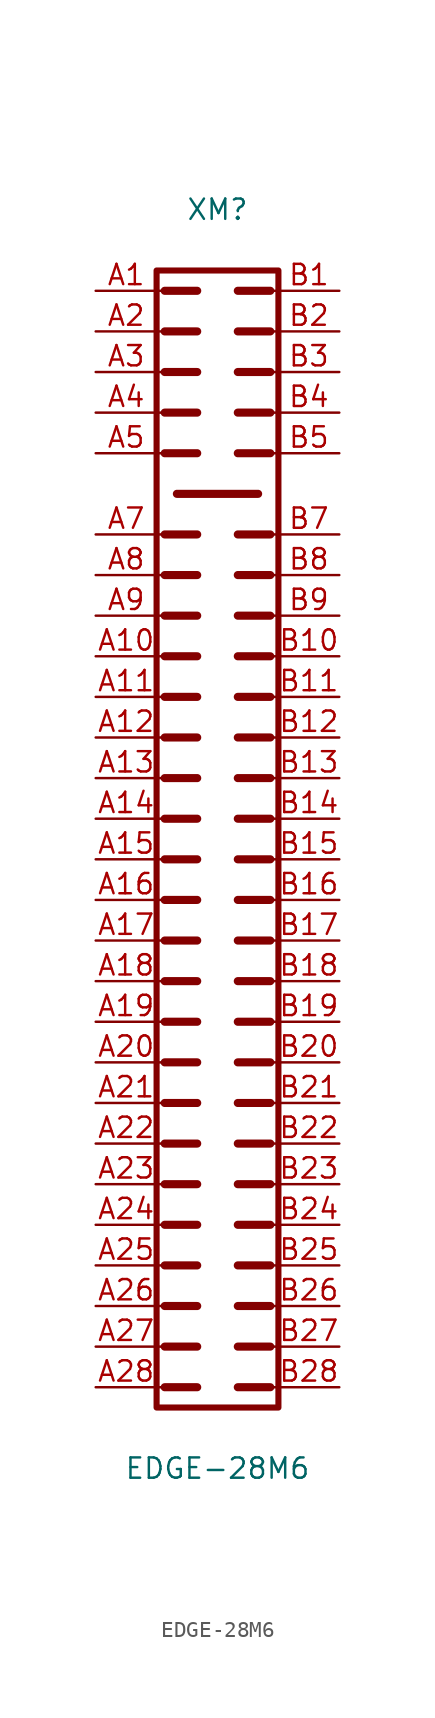
<source format=kicad_sym>
(kicad_symbol_lib
  (version 20231120)
  (generator "kicad_symbol_editor")
  (generator_version "8.0")
  (symbol "EDGE-28M6"
    (pin_names
      (offset 1.016))
    (property "Reference" "XM"
      (at 0 39.37 0)
      (effects (font (size 1.27 1.27))))
    (property "Value" "EDGE-28M6"
      (at 0 -39.37 0)
      (effects (font (size 1.27 1.27))))
    (symbol "EDGE-28M6_0_0"
      (polyline (pts (xy -2.54 21.59) (xy 2.54 21.59)) (stroke (width 0.508) (type default)) (fill (type none))))
    (symbol "EDGE-28M6_0_1"
      (rectangle (start -3.81 35.56) (end 3.81 -35.56) (stroke (width 0.381) (type default)) (fill (type none)))
      (polyline (pts (xy -3.81 -34.29) (xy -3.302 -34.29)) (stroke (width 0) (type default)) (fill (type none)))
      (polyline (pts (xy -3.81 -31.75) (xy -3.302 -31.75)) (stroke (width 0) (type default)) (fill (type none)))
      (polyline (pts (xy -3.81 -29.21) (xy -3.302 -29.21)) (stroke (width 0) (type default)) (fill (type none)))
      (polyline (pts (xy -3.81 -26.67) (xy -3.302 -26.67)) (stroke (width 0) (type default)) (fill (type none)))
      (polyline (pts (xy -3.81 -24.13) (xy -3.302 -24.13)) (stroke (width 0) (type default)) (fill (type none)))
      (polyline (pts (xy -3.81 -21.59) (xy -3.302 -21.59)) (stroke (width 0) (type default)) (fill (type none)))
      (polyline (pts (xy -3.81 -19.05) (xy -3.302 -19.05)) (stroke (width 0) (type default)) (fill (type none)))
      (polyline (pts (xy -3.81 -16.51) (xy -3.302 -16.51)) (stroke (width 0) (type default)) (fill (type none)))
      (polyline (pts (xy -3.81 -13.97) (xy -3.302 -13.97)) (stroke (width 0) (type default)) (fill (type none)))
      (polyline (pts (xy -3.81 -11.43) (xy -3.302 -11.43)) (stroke (width 0) (type default)) (fill (type none)))
      (polyline (pts (xy -3.81 -8.89) (xy -3.302 -8.89)) (stroke (width 0) (type default)) (fill (type none)))
      (polyline (pts (xy -3.81 -6.35) (xy -3.302 -6.35)) (stroke (width 0) (type default)) (fill (type none)))
      (polyline (pts (xy -3.81 -3.81) (xy -3.302 -3.81)) (stroke (width 0) (type default)) (fill (type none)))
      (polyline (pts (xy -3.81 -1.27) (xy -3.302 -1.27)) (stroke (width 0) (type default)) (fill (type none)))
      (polyline (pts (xy -3.81 1.27) (xy -3.302 1.27)) (stroke (width 0) (type default)) (fill (type none)))
      (polyline (pts (xy -3.81 3.81) (xy -3.302 3.81)) (stroke (width 0) (type default)) (fill (type none)))
      (polyline (pts (xy -3.81 6.35) (xy -3.302 6.35)) (stroke (width 0) (type default)) (fill (type none)))
      (polyline (pts (xy -3.81 8.89) (xy -3.302 8.89)) (stroke (width 0) (type default)) (fill (type none)))
      (polyline (pts (xy -3.81 11.43) (xy -3.302 11.43)) (stroke (width 0) (type default)) (fill (type none)))
      (polyline (pts (xy -3.81 13.97) (xy -3.302 13.97)) (stroke (width 0) (type default)) (fill (type none)))
      (polyline (pts (xy -3.81 16.51) (xy -3.302 16.51)) (stroke (width 0) (type default)) (fill (type none)))
      (polyline (pts (xy -3.81 19.05) (xy -3.302 19.05)) (stroke (width 0) (type default)) (fill (type none)))
      (polyline (pts (xy -3.81 24.13) (xy -3.302 24.13)) (stroke (width 0) (type default)) (fill (type none)))
      (polyline (pts (xy -3.81 26.67) (xy -3.302 26.67)) (stroke (width 0) (type default)) (fill (type none)))
      (polyline (pts (xy -3.81 29.21) (xy -3.302 29.21)) (stroke (width 0) (type default)) (fill (type none)))
      (polyline (pts (xy -3.81 31.75) (xy -3.302 31.75)) (stroke (width 0) (type default)) (fill (type none)))
      (polyline (pts (xy -3.81 34.29) (xy -3.302 34.29)) (stroke (width 0) (type default)) (fill (type none)))
      (polyline (pts (xy -3.302 -34.29) (xy -1.27 -34.29)) (stroke (width 0.508) (type default)) (fill (type none)))
      (polyline (pts (xy -3.302 -31.75) (xy -1.27 -31.75)) (stroke (width 0.508) (type default)) (fill (type none)))
      (polyline (pts (xy -3.302 -29.21) (xy -1.27 -29.21)) (stroke (width 0.508) (type default)) (fill (type none)))
      (polyline (pts (xy -3.302 -26.67) (xy -1.27 -26.67)) (stroke (width 0.508) (type default)) (fill (type none)))
      (polyline (pts (xy -3.302 -24.13) (xy -1.27 -24.13)) (stroke (width 0.508) (type default)) (fill (type none)))
      (polyline (pts (xy -3.302 -21.59) (xy -1.27 -21.59)) (stroke (width 0.508) (type default)) (fill (type none)))
      (polyline (pts (xy -3.302 -19.05) (xy -1.27 -19.05)) (stroke (width 0.508) (type default)) (fill (type none)))
      (polyline (pts (xy -3.302 -16.51) (xy -1.27 -16.51)) (stroke (width 0.508) (type default)) (fill (type none)))
      (polyline (pts (xy -3.302 -13.97) (xy -1.27 -13.97)) (stroke (width 0.508) (type default)) (fill (type none)))
      (polyline (pts (xy -3.302 -11.43) (xy -1.27 -11.43)) (stroke (width 0.508) (type default)) (fill (type none)))
      (polyline (pts (xy -3.302 -8.89) (xy -1.27 -8.89)) (stroke (width 0.508) (type default)) (fill (type none)))
      (polyline (pts (xy -3.302 -6.35) (xy -1.27 -6.35)) (stroke (width 0.508) (type default)) (fill (type none)))
      (polyline (pts (xy -3.302 -3.81) (xy -1.27 -3.81)) (stroke (width 0.508) (type default)) (fill (type none)))
      (polyline (pts (xy -3.302 -1.27) (xy -1.27 -1.27)) (stroke (width 0.508) (type default)) (fill (type none)))
      (polyline (pts (xy -3.302 1.27) (xy -1.27 1.27)) (stroke (width 0.508) (type default)) (fill (type none)))
      (polyline (pts (xy -3.302 3.81) (xy -1.27 3.81)) (stroke (width 0.508) (type default)) (fill (type none)))
      (polyline (pts (xy -3.302 6.35) (xy -1.27 6.35)) (stroke (width 0.508) (type default)) (fill (type none)))
      (polyline (pts (xy -3.302 8.89) (xy -1.27 8.89)) (stroke (width 0.508) (type default)) (fill (type none)))
      (polyline (pts (xy -3.302 11.43) (xy -1.27 11.43)) (stroke (width 0.508) (type default)) (fill (type none)))
      (polyline (pts (xy -3.302 13.97) (xy -1.27 13.97)) (stroke (width 0.508) (type default)) (fill (type none)))
      (polyline (pts (xy -3.302 16.51) (xy -1.27 16.51)) (stroke (width 0.508) (type default)) (fill (type none)))
      (polyline (pts (xy -3.302 19.05) (xy -1.27 19.05)) (stroke (width 0.508) (type default)) (fill (type none)))
      (polyline (pts (xy -3.302 24.13) (xy -1.27 24.13)) (stroke (width 0.508) (type default)) (fill (type none)))
      (polyline (pts (xy -3.302 26.67) (xy -1.27 26.67)) (stroke (width 0.508) (type default)) (fill (type none)))
      (polyline (pts (xy -3.302 29.21) (xy -1.27 29.21)) (stroke (width 0.508) (type default)) (fill (type none)))
      (polyline (pts (xy -3.302 31.75) (xy -1.27 31.75)) (stroke (width 0.508) (type default)) (fill (type none)))
      (polyline (pts (xy -3.302 34.29) (xy -1.27 34.29)) (stroke (width 0.508) (type default)) (fill (type none)))
      (polyline (pts (xy 3.302 -34.29) (xy 1.27 -34.29)) (stroke (width 0.508) (type default)) (fill (type none)))
      (polyline (pts (xy 3.302 -31.75) (xy 1.27 -31.75)) (stroke (width 0.508) (type default)) (fill (type none)))
      (polyline (pts (xy 3.302 -29.21) (xy 1.27 -29.21)) (stroke (width 0.508) (type default)) (fill (type none)))
      (polyline (pts (xy 3.302 -26.67) (xy 1.27 -26.67)) (stroke (width 0.508) (type default)) (fill (type none)))
      (polyline (pts (xy 3.302 -24.13) (xy 1.27 -24.13)) (stroke (width 0.508) (type default)) (fill (type none)))
      (polyline (pts (xy 3.302 -21.59) (xy 1.27 -21.59)) (stroke (width 0.508) (type default)) (fill (type none)))
      (polyline (pts (xy 3.302 -19.05) (xy 1.27 -19.05)) (stroke (width 0.508) (type default)) (fill (type none)))
      (polyline (pts (xy 3.302 -16.51) (xy 1.27 -16.51)) (stroke (width 0.508) (type default)) (fill (type none)))
      (polyline (pts (xy 3.302 -13.97) (xy 1.27 -13.97)) (stroke (width 0.508) (type default)) (fill (type none)))
      (polyline (pts (xy 3.302 -11.43) (xy 1.27 -11.43)) (stroke (width 0.508) (type default)) (fill (type none)))
      (polyline (pts (xy 3.302 -8.89) (xy 1.27 -8.89)) (stroke (width 0.508) (type default)) (fill (type none)))
      (polyline (pts (xy 3.302 -6.35) (xy 1.27 -6.35)) (stroke (width 0.508) (type default)) (fill (type none)))
      (polyline (pts (xy 3.302 -3.81) (xy 1.27 -3.81)) (stroke (width 0.508) (type default)) (fill (type none)))
      (polyline (pts (xy 3.302 -1.27) (xy 1.27 -1.27)) (stroke (width 0.508) (type default)) (fill (type none)))
      (polyline (pts (xy 3.302 1.27) (xy 1.27 1.27)) (stroke (width 0.508) (type default)) (fill (type none)))
      (polyline (pts (xy 3.302 3.81) (xy 1.27 3.81)) (stroke (width 0.508) (type default)) (fill (type none)))
      (polyline (pts (xy 3.302 6.35) (xy 1.27 6.35)) (stroke (width 0.508) (type default)) (fill (type none)))
      (polyline (pts (xy 3.302 8.89) (xy 1.27 8.89)) (stroke (width 0.508) (type default)) (fill (type none)))
      (polyline (pts (xy 3.302 11.43) (xy 1.27 11.43)) (stroke (width 0.508) (type default)) (fill (type none)))
      (polyline (pts (xy 3.302 13.97) (xy 1.27 13.97)) (stroke (width 0.508) (type default)) (fill (type none)))
      (polyline (pts (xy 3.302 16.51) (xy 1.27 16.51)) (stroke (width 0.508) (type default)) (fill (type none)))
      (polyline (pts (xy 3.302 19.05) (xy 1.27 19.05)) (stroke (width 0.508) (type default)) (fill (type none)))
      (polyline (pts (xy 3.302 24.13) (xy 1.27 24.13)) (stroke (width 0.508) (type default)) (fill (type none)))
      (polyline (pts (xy 3.302 26.67) (xy 1.27 26.67)) (stroke (width 0.508) (type default)) (fill (type none)))
      (polyline (pts (xy 3.302 29.21) (xy 1.27 29.21)) (stroke (width 0.508) (type default)) (fill (type none)))
      (polyline (pts (xy 3.302 31.75) (xy 1.27 31.75)) (stroke (width 0.508) (type default)) (fill (type none)))
      (polyline (pts (xy 3.302 34.29) (xy 1.27 34.29)) (stroke (width 0.508) (type default)) (fill (type none)))
      (polyline (pts (xy 3.81 -34.29) (xy 3.302 -34.29)) (stroke (width 0) (type default)) (fill (type none)))
      (polyline (pts (xy 3.81 -31.75) (xy 3.302 -31.75)) (stroke (width 0) (type default)) (fill (type none)))
      (polyline (pts (xy 3.81 -29.21) (xy 3.302 -29.21)) (stroke (width 0) (type default)) (fill (type none)))
      (polyline (pts (xy 3.81 -26.67) (xy 3.302 -26.67)) (stroke (width 0) (type default)) (fill (type none)))
      (polyline (pts (xy 3.81 -24.13) (xy 3.302 -24.13)) (stroke (width 0) (type default)) (fill (type none)))
      (polyline (pts (xy 3.81 -21.59) (xy 3.302 -21.59)) (stroke (width 0) (type default)) (fill (type none)))
      (polyline (pts (xy 3.81 -19.05) (xy 3.302 -19.05)) (stroke (width 0) (type default)) (fill (type none)))
      (polyline (pts (xy 3.81 -16.51) (xy 3.302 -16.51)) (stroke (width 0) (type default)) (fill (type none)))
      (polyline (pts (xy 3.81 -13.97) (xy 3.302 -13.97)) (stroke (width 0) (type default)) (fill (type none)))
      (polyline (pts (xy 3.81 -11.43) (xy 3.302 -11.43)) (stroke (width 0) (type default)) (fill (type none)))
      (polyline (pts (xy 3.81 -8.89) (xy 3.302 -8.89)) (stroke (width 0) (type default)) (fill (type none)))
      (polyline (pts (xy 3.81 -6.35) (xy 3.302 -6.35)) (stroke (width 0) (type default)) (fill (type none)))
      (polyline (pts (xy 3.81 -3.81) (xy 3.302 -3.81)) (stroke (width 0) (type default)) (fill (type none)))
      (polyline (pts (xy 3.81 -1.27) (xy 3.302 -1.27)) (stroke (width 0) (type default)) (fill (type none)))
      (polyline (pts (xy 3.81 1.27) (xy 3.302 1.27)) (stroke (width 0) (type default)) (fill (type none)))
      (polyline (pts (xy 3.81 3.81) (xy 3.302 3.81)) (stroke (width 0) (type default)) (fill (type none)))
      (polyline (pts (xy 3.81 6.35) (xy 3.302 6.35)) (stroke (width 0) (type default)) (fill (type none)))
      (polyline (pts (xy 3.81 8.89) (xy 3.302 8.89)) (stroke (width 0) (type default)) (fill (type none)))
      (polyline (pts (xy 3.81 11.43) (xy 3.302 11.43)) (stroke (width 0) (type default)) (fill (type none)))
      (polyline (pts (xy 3.81 13.97) (xy 3.302 13.97)) (stroke (width 0) (type default)) (fill (type none)))
      (polyline (pts (xy 3.81 16.51) (xy 3.302 16.51)) (stroke (width 0) (type default)) (fill (type none)))
      (polyline (pts (xy 3.81 19.05) (xy 3.302 19.05)) (stroke (width 0) (type default)) (fill (type none)))
      (polyline (pts (xy 3.81 24.13) (xy 3.302 24.13)) (stroke (width 0) (type default)) (fill (type none)))
      (polyline (pts (xy 3.81 26.67) (xy 3.302 26.67)) (stroke (width 0) (type default)) (fill (type none)))
      (polyline (pts (xy 3.81 29.21) (xy 3.302 29.21)) (stroke (width 0) (type default)) (fill (type none)))
      (polyline (pts (xy 3.81 31.75) (xy 3.302 31.75)) (stroke (width 0) (type default)) (fill (type none)))
      (polyline (pts (xy 3.81 34.29) (xy 3.302 34.29)) (stroke (width 0) (type default)) (fill (type none))))
    (symbol "EDGE-28M6_1_1"
      (pin passive line (at -7.62 34.29 0) (length 3.81) (name "~" (effects (font (size 1.27 1.27)))) (number "A1" (effects (font (size 1.27 1.27)))))
      (pin passive line (at -7.62 11.43 0) (length 3.81) (name "~" (effects (font (size 1.27 1.27)))) (number "A10" (effects (font (size 1.27 1.27)))))
      (pin passive line (at -7.62 8.89 0) (length 3.81) (name "~" (effects (font (size 1.27 1.27)))) (number "A11" (effects (font (size 1.27 1.27)))))
      (pin passive line (at -7.62 6.35 0) (length 3.81) (name "~" (effects (font (size 1.27 1.27)))) (number "A12" (effects (font (size 1.27 1.27)))))
      (pin passive line (at -7.62 3.81 0) (length 3.81) (name "~" (effects (font (size 1.27 1.27)))) (number "A13" (effects (font (size 1.27 1.27)))))
      (pin passive line (at -7.62 1.27 0) (length 3.81) (name "~" (effects (font (size 1.27 1.27)))) (number "A14" (effects (font (size 1.27 1.27)))))
      (pin passive line (at -7.62 -1.27 0) (length 3.81) (name "~" (effects (font (size 1.27 1.27)))) (number "A15" (effects (font (size 1.27 1.27)))))
      (pin passive line (at -7.62 -3.81 0) (length 3.81) (name "~" (effects (font (size 1.27 1.27)))) (number "A16" (effects (font (size 1.27 1.27)))))
      (pin passive line (at -7.62 -6.35 0) (length 3.81) (name "~" (effects (font (size 1.27 1.27)))) (number "A17" (effects (font (size 1.27 1.27)))))
      (pin passive line (at -7.62 -8.89 0) (length 3.81) (name "~" (effects (font (size 1.27 1.27)))) (number "A18" (effects (font (size 1.27 1.27)))))
      (pin passive line (at -7.62 -11.43 0) (length 3.81) (name "~" (effects (font (size 1.27 1.27)))) (number "A19" (effects (font (size 1.27 1.27)))))
      (pin passive line (at -7.62 31.75 0) (length 3.81) (name "~" (effects (font (size 1.27 1.27)))) (number "A2" (effects (font (size 1.27 1.27)))))
      (pin passive line (at -7.62 -13.97 0) (length 3.81) (name "~" (effects (font (size 1.27 1.27)))) (number "A20" (effects (font (size 1.27 1.27)))))
      (pin passive line (at -7.62 -16.51 0) (length 3.81) (name "~" (effects (font (size 1.27 1.27)))) (number "A21" (effects (font (size 1.27 1.27)))))
      (pin passive line (at -7.62 -19.05 0) (length 3.81) (name "~" (effects (font (size 1.27 1.27)))) (number "A22" (effects (font (size 1.27 1.27)))))
      (pin passive line (at -7.62 -21.59 0) (length 3.81) (name "~" (effects (font (size 1.27 1.27)))) (number "A23" (effects (font (size 1.27 1.27)))))
      (pin passive line (at -7.62 -24.13 0) (length 3.81) (name "~" (effects (font (size 1.27 1.27)))) (number "A24" (effects (font (size 1.27 1.27)))))
      (pin passive line (at -7.62 -26.67 0) (length 3.81) (name "~" (effects (font (size 1.27 1.27)))) (number "A25" (effects (font (size 1.27 1.27)))))
      (pin passive line (at -7.62 -29.21 0) (length 3.81) (name "~" (effects (font (size 1.27 1.27)))) (number "A26" (effects (font (size 1.27 1.27)))))
      (pin passive line (at -7.62 -31.75 0) (length 3.81) (name "~" (effects (font (size 1.27 1.27)))) (number "A27" (effects (font (size 1.27 1.27)))))
      (pin passive line (at -7.62 -34.29 0) (length 3.81) (name "~" (effects (font (size 1.27 1.27)))) (number "A28" (effects (font (size 1.27 1.27)))))
      (pin passive line (at -7.62 29.21 0) (length 3.81) (name "~" (effects (font (size 1.27 1.27)))) (number "A3" (effects (font (size 1.27 1.27)))))
      (pin passive line (at -7.62 26.67 0) (length 3.81) (name "~" (effects (font (size 1.27 1.27)))) (number "A4" (effects (font (size 1.27 1.27)))))
      (pin passive line (at -7.62 24.13 0) (length 3.81) (name "~" (effects (font (size 1.27 1.27)))) (number "A5" (effects (font (size 1.27 1.27)))))
      (pin passive line (at -7.62 19.05 0) (length 3.81) (name "~" (effects (font (size 1.27 1.27)))) (number "A7" (effects (font (size 1.27 1.27)))))
      (pin passive line (at -7.62 16.51 0) (length 3.81) (name "~" (effects (font (size 1.27 1.27)))) (number "A8" (effects (font (size 1.27 1.27)))))
      (pin passive line (at -7.62 13.97 0) (length 3.81) (name "~" (effects (font (size 1.27 1.27)))) (number "A9" (effects (font (size 1.27 1.27)))))
      (pin passive line (at 7.62 34.29 180) (length 3.81) (name "~" (effects (font (size 1.27 1.27)))) (number "B1" (effects (font (size 1.27 1.27)))))
      (pin passive line (at 7.62 11.43 180) (length 3.81) (name "~" (effects (font (size 1.27 1.27)))) (number "B10" (effects (font (size 1.27 1.27)))))
      (pin passive line (at 7.62 8.89 180) (length 3.81) (name "~" (effects (font (size 1.27 1.27)))) (number "B11" (effects (font (size 1.27 1.27)))))
      (pin passive line (at 7.62 6.35 180) (length 3.81) (name "~" (effects (font (size 1.27 1.27)))) (number "B12" (effects (font (size 1.27 1.27)))))
      (pin passive line (at 7.62 3.81 180) (length 3.81) (name "~" (effects (font (size 1.27 1.27)))) (number "B13" (effects (font (size 1.27 1.27)))))
      (pin passive line (at 7.62 1.27 180) (length 3.81) (name "~" (effects (font (size 1.27 1.27)))) (number "B14" (effects (font (size 1.27 1.27)))))
      (pin passive line (at 7.62 -1.27 180) (length 3.81) (name "~" (effects (font (size 1.27 1.27)))) (number "B15" (effects (font (size 1.27 1.27)))))
      (pin passive line (at 7.62 -3.81 180) (length 3.81) (name "~" (effects (font (size 1.27 1.27)))) (number "B16" (effects (font (size 1.27 1.27)))))
      (pin passive line (at 7.62 -6.35 180) (length 3.81) (name "~" (effects (font (size 1.27 1.27)))) (number "B17" (effects (font (size 1.27 1.27)))))
      (pin passive line (at 7.62 -8.89 180) (length 3.81) (name "~" (effects (font (size 1.27 1.27)))) (number "B18" (effects (font (size 1.27 1.27)))))
      (pin passive line (at 7.62 -11.43 180) (length 3.81) (name "~" (effects (font (size 1.27 1.27)))) (number "B19" (effects (font (size 1.27 1.27)))))
      (pin passive line (at 7.62 31.75 180) (length 3.81) (name "~" (effects (font (size 1.27 1.27)))) (number "B2" (effects (font (size 1.27 1.27)))))
      (pin passive line (at 7.62 -13.97 180) (length 3.81) (name "~" (effects (font (size 1.27 1.27)))) (number "B20" (effects (font (size 1.27 1.27)))))
      (pin passive line (at 7.62 -16.51 180) (length 3.81) (name "~" (effects (font (size 1.27 1.27)))) (number "B21" (effects (font (size 1.27 1.27)))))
      (pin passive line (at 7.62 -19.05 180) (length 3.81) (name "~" (effects (font (size 1.27 1.27)))) (number "B22" (effects (font (size 1.27 1.27)))))
      (pin passive line (at 7.62 -21.59 180) (length 3.81) (name "~" (effects (font (size 1.27 1.27)))) (number "B23" (effects (font (size 1.27 1.27)))))
      (pin passive line (at 7.62 -24.13 180) (length 3.81) (name "~" (effects (font (size 1.27 1.27)))) (number "B24" (effects (font (size 1.27 1.27)))))
      (pin passive line (at 7.62 -26.67 180) (length 3.81) (name "~" (effects (font (size 1.27 1.27)))) (number "B25" (effects (font (size 1.27 1.27)))))
      (pin passive line (at 7.62 -29.21 180) (length 3.81) (name "~" (effects (font (size 1.27 1.27)))) (number "B26" (effects (font (size 1.27 1.27)))))
      (pin passive line (at 7.62 -31.75 180) (length 3.81) (name "~" (effects (font (size 1.27 1.27)))) (number "B27" (effects (font (size 1.27 1.27)))))
      (pin passive line (at 7.62 -34.29 180) (length 3.81) (name "~" (effects (font (size 1.27 1.27)))) (number "B28" (effects (font (size 1.27 1.27)))))
      (pin passive line (at 7.62 29.21 180) (length 3.81) (name "~" (effects (font (size 1.27 1.27)))) (number "B3" (effects (font (size 1.27 1.27)))))
      (pin passive line (at 7.62 26.67 180) (length 3.81) (name "~" (effects (font (size 1.27 1.27)))) (number "B4" (effects (font (size 1.27 1.27)))))
      (pin passive line (at 7.62 24.13 180) (length 3.81) (name "~" (effects (font (size 1.27 1.27)))) (number "B5" (effects (font (size 1.27 1.27)))))
      (pin passive line (at 7.62 19.05 180) (length 3.81) (name "~" (effects (font (size 1.27 1.27)))) (number "B7" (effects (font (size 1.27 1.27)))))
      (pin passive line (at 7.62 16.51 180) (length 3.81) (name "~" (effects (font (size 1.27 1.27)))) (number "B8" (effects (font (size 1.27 1.27)))))
      (pin passive line (at 7.62 13.97 180) (length 3.81) (name "~" (effects (font (size 1.27 1.27)))) (number "B9" (effects (font (size 1.27 1.27))))))))
</source>
